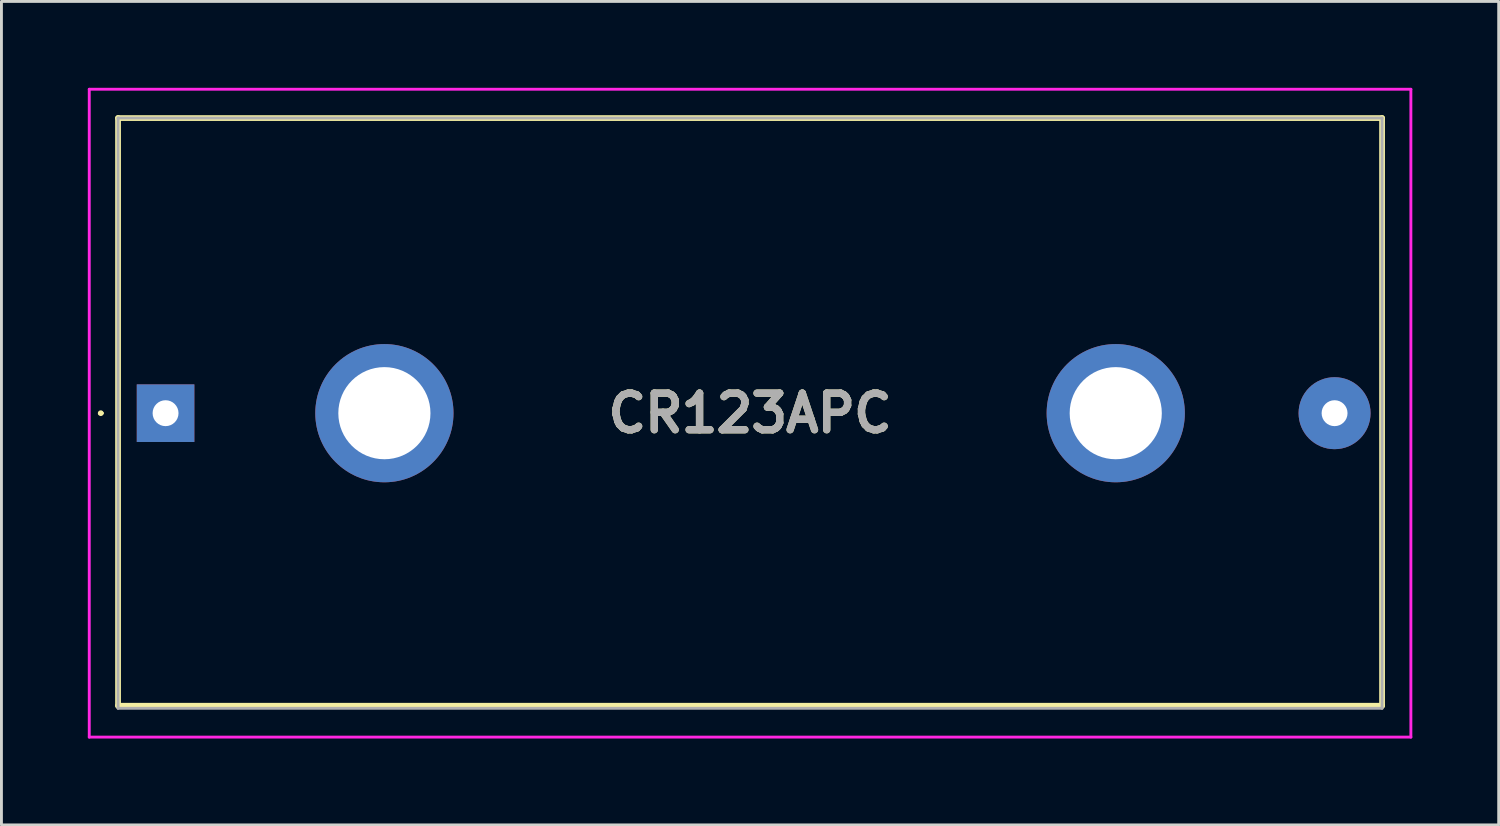
<source format=kicad_pcb>
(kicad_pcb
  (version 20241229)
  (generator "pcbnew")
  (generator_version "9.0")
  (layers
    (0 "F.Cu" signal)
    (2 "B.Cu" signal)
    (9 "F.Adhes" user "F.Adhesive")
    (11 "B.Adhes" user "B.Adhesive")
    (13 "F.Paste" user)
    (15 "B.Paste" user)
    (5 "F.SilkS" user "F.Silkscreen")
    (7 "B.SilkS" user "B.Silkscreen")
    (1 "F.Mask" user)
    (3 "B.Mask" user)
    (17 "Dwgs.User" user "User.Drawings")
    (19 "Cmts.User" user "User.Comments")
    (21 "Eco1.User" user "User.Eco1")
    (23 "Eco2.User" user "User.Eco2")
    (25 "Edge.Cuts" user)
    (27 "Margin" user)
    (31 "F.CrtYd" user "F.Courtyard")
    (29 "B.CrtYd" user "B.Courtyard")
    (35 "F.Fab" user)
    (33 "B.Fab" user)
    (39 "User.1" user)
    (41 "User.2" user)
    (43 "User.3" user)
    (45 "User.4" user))
  (footprint "CR123APC"
    (layer "F.Cu")
    (at 2.7 11.3)
    (property "Reference" "CR123APC" (at 20.3 0 0) (layer "F.SilkS") (effects (font (size 1.27 1.27) (thickness 0.254))))
    (attr through_hole)
    (fp_line (start -2.3 0) (end -2.3 0) (stroke (width 0.1) (type solid)) (layer "F.SilkS"))
    (fp_line (start -2.2 0) (end -2.2 0) (stroke (width 0.1) (type solid)) (layer "F.SilkS"))
    (fp_line (start -1.65 -10.25) (end -1.65 10.16) (stroke (width 0.2) (type solid)) (layer "F.SilkS"))
    (fp_line (start -1.65 10.16) (end 42.25 10.16) (stroke (width 0.2) (type solid)) (layer "F.SilkS"))
    (fp_line (start 42.25 -10.25) (end -1.65 -10.25) (stroke (width 0.2) (type solid)) (layer "F.SilkS"))
    (fp_line (start 42.25 10.16) (end 42.25 -10.25) (stroke (width 0.2) (type solid)) (layer "F.SilkS"))
    (fp_arc (start -2.3 0) (mid -2.25 -0.05) (end -2.2 0) (stroke (width 0.1) (type solid)) (layer "F.SilkS"))
    (fp_arc (start -2.2 0) (mid -2.25 0.05) (end -2.3 0) (stroke (width 0.1) (type solid)) (layer "F.SilkS"))
    (fp_line (start -2.65 -11.25) (end 43.25 -11.25) (stroke (width 0.1) (type solid)) (layer "F.CrtYd"))
    (fp_line (start -2.65 11.25) (end -2.65 -11.25) (stroke (width 0.1) (type solid)) (layer "F.CrtYd"))
    (fp_line (start 43.25 -11.25) (end 43.25 11.25) (stroke (width 0.1) (type solid)) (layer "F.CrtYd"))
    (fp_line (start 43.25 11.25) (end -2.65 11.25) (stroke (width 0.1) (type solid)) (layer "F.CrtYd"))
    (fp_line (start -1.65 -10.25) (end -1.65 10.25) (stroke (width 0.1) (type solid)) (layer "F.Fab"))
    (fp_line (start -1.65 10.25) (end 42.25 10.25) (stroke (width 0.1) (type solid)) (layer "F.Fab"))
    (fp_line (start 42.25 -10.25) (end -1.65 -10.25) (stroke (width 0.1) (type solid)) (layer "F.Fab"))
    (fp_line (start 42.25 10.25) (end 42.25 -10.25) (stroke (width 0.1) (type solid)) (layer "F.Fab"))
    (fp_text user "${REFERENCE}" (at 20.3 0 0) (layer "F.Fab") (effects (font (size 1.27 1.27) (thickness 0.254))))
    (pad "1" thru_hole rect (at 0 0) (size 2 2) (drill 0.9) (layers "*.Cu" "*.Mask"))
    (pad "2" thru_hole circle (at 40.6 0) (size 2.5 2.5) (drill 0.9) (layers "*.Cu" "*.Mask"))
    (pad "MH1" thru_hole circle (at 7.6 0) (size 4.8 4.8) (drill 3.2) (layers "*.Cu" "*.Mask"))
    (pad "MH2" thru_hole circle (at 33 0) (size 4.8 4.8) (drill 3.2) (layers "*.Cu" "*.Mask")))
  (gr_rect
    (start -3 -3)
    (end 49 25.6)
    (stroke (width 0.1) (type default))
    (fill no)
    (layer "Edge.Cuts")))
</source>
